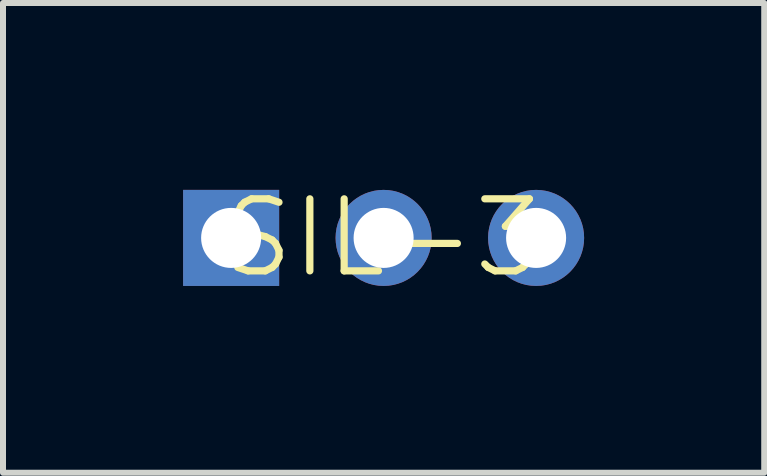
<source format=kicad_pcb>
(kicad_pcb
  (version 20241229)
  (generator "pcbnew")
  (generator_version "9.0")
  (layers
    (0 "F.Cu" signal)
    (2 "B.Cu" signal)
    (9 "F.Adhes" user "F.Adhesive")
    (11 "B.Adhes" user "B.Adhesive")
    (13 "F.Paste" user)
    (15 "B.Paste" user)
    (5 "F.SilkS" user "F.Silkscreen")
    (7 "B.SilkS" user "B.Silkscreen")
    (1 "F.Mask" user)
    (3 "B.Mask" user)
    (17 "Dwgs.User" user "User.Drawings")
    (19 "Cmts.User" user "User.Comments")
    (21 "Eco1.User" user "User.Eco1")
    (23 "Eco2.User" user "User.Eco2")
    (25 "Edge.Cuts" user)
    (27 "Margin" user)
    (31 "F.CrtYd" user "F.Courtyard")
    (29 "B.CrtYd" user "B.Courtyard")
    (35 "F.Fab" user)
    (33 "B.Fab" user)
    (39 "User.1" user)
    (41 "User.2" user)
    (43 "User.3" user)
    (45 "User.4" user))
  (footprint "SIL-3"
    (layer "F.Cu")
    (at 3.34 0.913)
    (property "Reference" "SIL-3" (at 0 0 0) (layer "F.SilkS") (effects (font (size 1.2 1.2) (thickness 0.12))))
    (attr through_hole)
    (pad "1" thru_hole rect (at -2.54 0) (size 1.6 1.6) (drill 1) (layers "*.Cu" "*.Mask"))
    (pad "2" thru_hole circle (at 0 0) (size 1.6 1.6) (drill 1) (layers "*.Cu" "*.Mask"))
    (pad "3" thru_hole circle (at 2.54 0) (size 1.6 1.6) (drill 1) (layers "*.Cu" "*.Mask")))
  (gr_rect
    (start -3 -3)
    (end 9.68 4.825)
    (stroke (width 0.1) (type default))
    (fill no)
    (layer "Edge.Cuts")))
</source>
